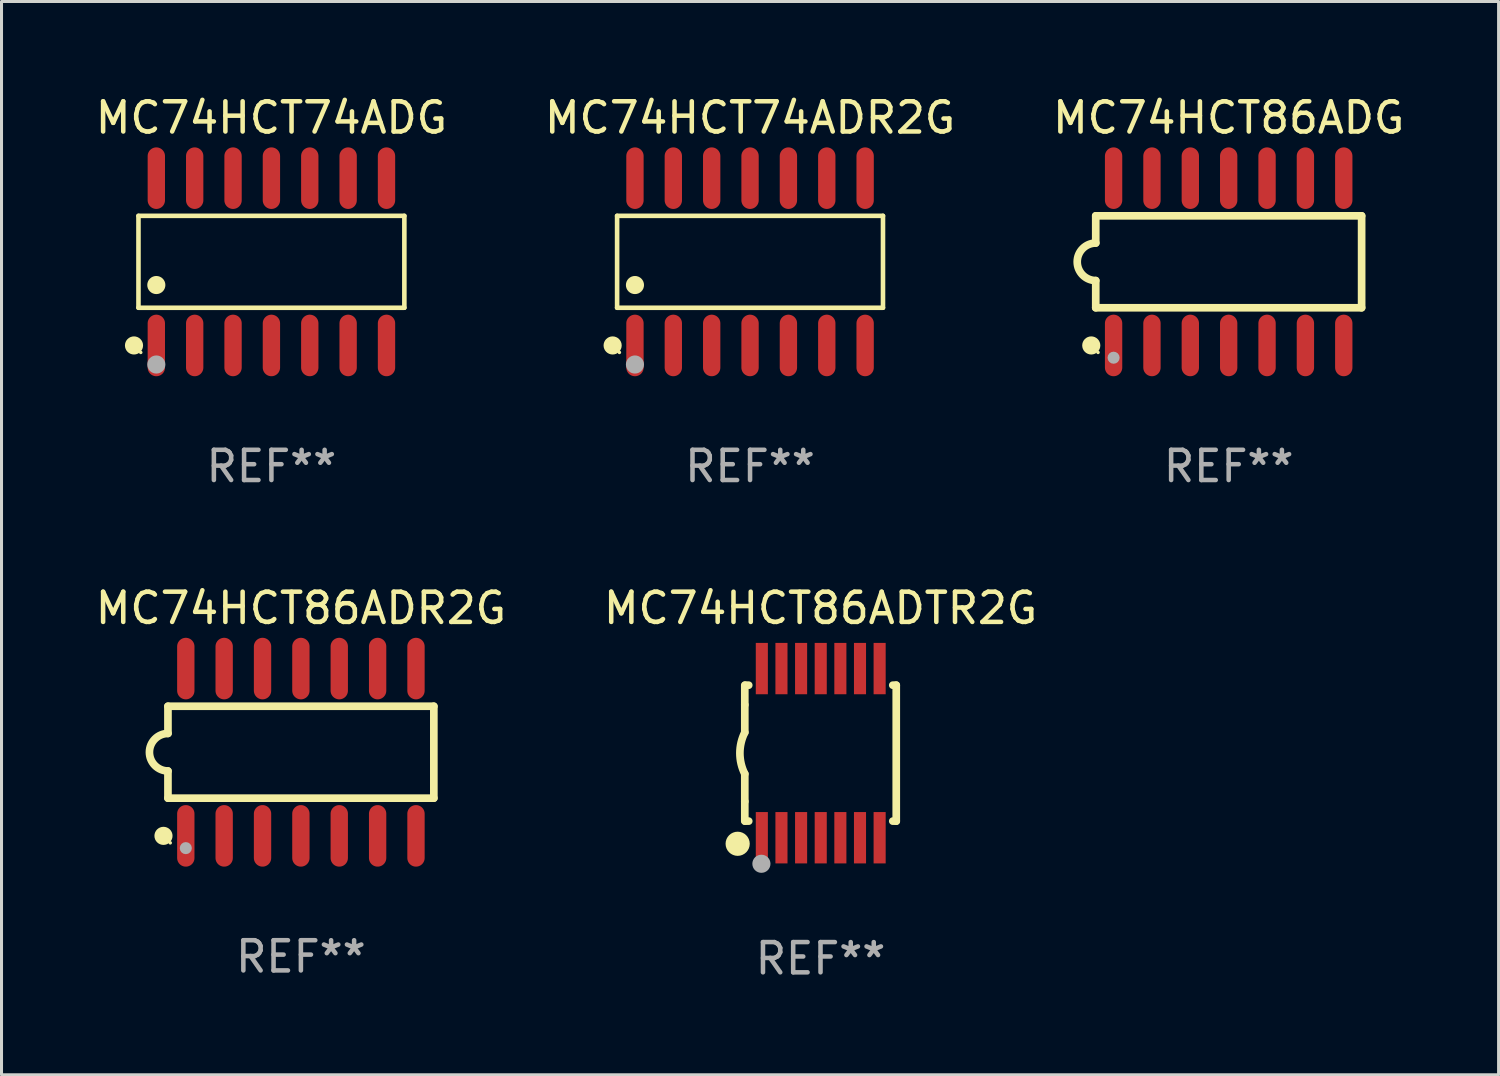
<source format=kicad_pcb>
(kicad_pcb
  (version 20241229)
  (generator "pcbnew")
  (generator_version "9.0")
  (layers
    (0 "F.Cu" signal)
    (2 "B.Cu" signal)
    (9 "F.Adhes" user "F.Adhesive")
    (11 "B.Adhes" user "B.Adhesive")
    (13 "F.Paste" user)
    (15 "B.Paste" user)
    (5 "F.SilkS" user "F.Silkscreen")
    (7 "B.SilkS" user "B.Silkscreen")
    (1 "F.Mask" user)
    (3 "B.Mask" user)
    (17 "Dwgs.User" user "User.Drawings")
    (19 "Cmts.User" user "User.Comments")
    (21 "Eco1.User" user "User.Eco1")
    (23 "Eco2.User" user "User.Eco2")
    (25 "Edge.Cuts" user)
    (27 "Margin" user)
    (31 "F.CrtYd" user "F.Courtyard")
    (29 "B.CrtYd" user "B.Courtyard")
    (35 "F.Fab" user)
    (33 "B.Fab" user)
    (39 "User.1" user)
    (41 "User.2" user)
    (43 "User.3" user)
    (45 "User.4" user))
  (footprint "MC74HCT86ADG"
    (layer "F.Cu")
    (at 37.625 5.617)
    (property "Reference" "MC74HCT86ADG" (at 0 -4.769 0) (layer "F.SilkS") (effects (font (size 1 1) (thickness 0.15))))
    (attr through_hole)
    (fp_line (start -4.401 -1.522) (end -4.401 -0.622) (stroke (width 0.254) (type solid)) (layer "F.SilkS"))
    (fp_line (start -4.401 -1.522) (end 4.401 -1.522) (stroke (width 0.254) (type solid)) (layer "F.SilkS"))
    (fp_line (start -4.401 1.521) (end -4.401 0.621) (stroke (width 0.254) (type solid)) (layer "F.SilkS"))
    (fp_line (start 4.401 -1.522) (end 4.401 1.521) (stroke (width 0.254) (type solid)) (layer "F.SilkS"))
    (fp_line (start 4.401 1.521) (end -4.401 1.521) (stroke (width 0.254) (type solid)) (layer "F.SilkS"))
    (fp_arc (start -4.401219 0.621311) (mid -5.021261 -0.000419) (end -4.400101 -0.621032) (stroke (width 0.254001) (type solid)) (layer "F.SilkS"))
    (fp_circle (center -4.549 2.769) (end -4.399 2.769) (stroke (width 0.3) (type solid)) (fill no) (layer "F.SilkS"))
    (fp_circle (center -4.325 3) (end -4.295 3) (stroke (width 0.06) (type solid)) (fill no) (layer "F.SilkS"))
    (fp_circle (center -3.81 3.175) (end -3.71 3.175) (stroke (width 0.2) (type solid)) (fill no) (layer "F.Fab"))
    (fp_text user "REF**" (at 0 6.769 0) (layer "F.Fab") (effects (font (size 1 1) (thickness 0.15))))
    (pad "1" smd oval (at -3.81 2.769) (size 0.574 2.038) (layers "F.Cu" "F.Mask" "F.Paste"))
    (pad "2" smd oval (at -2.54 2.769) (size 0.574 2.038) (layers "F.Cu" "F.Mask" "F.Paste"))
    (pad "3" smd oval (at -1.27 2.769) (size 0.574 2.038) (layers "F.Cu" "F.Mask" "F.Paste"))
    (pad "4" smd oval (at -0.000051 2.769) (size 0.574 2.038) (layers "F.Cu" "F.Mask" "F.Paste"))
    (pad "5" smd oval (at 1.27 2.769) (size 0.574 2.038) (layers "F.Cu" "F.Mask" "F.Paste"))
    (pad "6" smd oval (at 2.54 2.769) (size 0.574 2.038) (layers "F.Cu" "F.Mask" "F.Paste"))
    (pad "7" smd oval (at 3.81 2.769) (size 0.574 2.038) (layers "F.Cu" "F.Mask" "F.Paste"))
    (pad "8" smd oval (at 3.81 -2.769) (size 0.574 2.038) (layers "F.Cu" "F.Mask" "F.Paste"))
    (pad "9" smd oval (at 2.54 -2.769) (size 0.574 2.038) (layers "F.Cu" "F.Mask" "F.Paste"))
    (pad "10" smd oval (at 1.27 -2.769) (size 0.574 2.038) (layers "F.Cu" "F.Mask" "F.Paste"))
    (pad "11" smd oval (at -0.000051 -2.769) (size 0.574 2.038) (layers "F.Cu" "F.Mask" "F.Paste"))
    (pad "12" smd oval (at -1.27 -2.769) (size 0.574 2.038) (layers "F.Cu" "F.Mask" "F.Paste"))
    (pad "13" smd oval (at -2.54 -2.769) (size 0.574 2.038) (layers "F.Cu" "F.Mask" "F.Paste"))
    (pad "14" smd oval (at -3.81 -2.769) (size 0.574 2.038) (layers "F.Cu" "F.Mask" "F.Paste")))
  (footprint "MC74HCT86ADTR2G"
    (layer "F.Cu")
    (at 24.113 21.883)
    (property "Reference" "MC74HCT86ADTR2G" (at 0 -4.8 0) (layer "F.SilkS") (effects (font (size 1 1) (thickness 0.15))))
    (attr through_hole)
    (fp_line (start -2.507 -1.6) (end -2.507 -2.25) (stroke (width 0.254) (type solid)) (layer "F.SilkS"))
    (fp_line (start -2.507 -0.686) (end -2.507 -1.6) (stroke (width 0.254) (type solid)) (layer "F.SilkS"))
    (fp_line (start -2.507 1.6) (end -2.507 0.686) (stroke (width 0.254) (type solid)) (layer "F.SilkS"))
    (fp_line (start -2.507 1.6) (end -2.507 2.25) (stroke (width 0.254) (type solid)) (layer "F.SilkS"))
    (fp_line (start -2.493 -2.25) (end -2.377 -2.25) (stroke (width 0.254) (type solid)) (layer "F.SilkS"))
    (fp_line (start -2.377 2.25) (end -2.493 2.25) (stroke (width 0.254) (type solid)) (layer "F.SilkS"))
    (fp_line (start 2.392 -2.25) (end 2.507 -2.25) (stroke (width 0.254) (type solid)) (layer "F.SilkS"))
    (fp_line (start 2.507 -2.25) (end 2.507 2.25) (stroke (width 0.254) (type solid)) (layer "F.SilkS"))
    (fp_line (start 2.507 2.25) (end 2.392 2.25) (stroke (width 0.254) (type solid)) (layer "F.SilkS"))
    (fp_arc (start -2.507303 0.685802) (mid -2.669199 0) (end -2.507303 -0.685801) (stroke (width 0.254001) (type solid)) (layer "F.SilkS"))
    (fp_circle (center -2.743 3) (end -2.543 3) (stroke (width 0.4) (type solid)) (fill no) (layer "F.SilkS"))
    (fp_circle (center -2.493 3.2) (end -2.463 3.2) (stroke (width 0.06) (type solid)) (fill no) (layer "F.SilkS"))
    (fp_circle (center -1.957 3.662) (end -1.807 3.662) (stroke (width 0.3) (type solid)) (fill no) (layer "F.Fab"))
    (fp_text user "REF**" (at 0 6.8 0) (layer "F.Fab") (effects (font (size 1 1) (thickness 0.15))))
    (pad "1" smd rect (at -1.943 2.8) (size 0.4 1.7) (layers "F.Cu" "F.Mask" "F.Paste"))
    (pad "2" smd rect (at -1.293 2.8) (size 0.4 1.7) (layers "F.Cu" "F.Mask" "F.Paste"))
    (pad "3" smd rect (at -0.643 2.8) (size 0.4 1.7) (layers "F.Cu" "F.Mask" "F.Paste"))
    (pad "4" smd rect (at 0.007 2.8) (size 0.4 1.7) (layers "F.Cu" "F.Mask" "F.Paste"))
    (pad "5" smd rect (at 0.657 2.8) (size 0.4 1.7) (layers "F.Cu" "F.Mask" "F.Paste"))
    (pad "6" smd rect (at 1.307 2.8) (size 0.4 1.7) (layers "F.Cu" "F.Mask" "F.Paste"))
    (pad "7" smd rect (at 1.957 2.8) (size 0.4 1.7) (layers "F.Cu" "F.Mask" "F.Paste"))
    (pad "8" smd rect (at 1.957 -2.8) (size 0.4 1.7) (layers "F.Cu" "F.Mask" "F.Paste"))
    (pad "9" smd rect (at 1.307 -2.8) (size 0.4 1.7) (layers "F.Cu" "F.Mask" "F.Paste"))
    (pad "10" smd rect (at 0.657 -2.8) (size 0.4 1.7) (layers "F.Cu" "F.Mask" "F.Paste"))
    (pad "11" smd rect (at 0.007 -2.8) (size 0.4 1.7) (layers "F.Cu" "F.Mask" "F.Paste"))
    (pad "12" smd rect (at -0.643 -2.8) (size 0.4 1.7) (layers "F.Cu" "F.Mask" "F.Paste"))
    (pad "13" smd rect (at -1.293 -2.8) (size 0.4 1.7) (layers "F.Cu" "F.Mask" "F.Paste"))
    (pad "14" smd rect (at -1.943 -2.8) (size 0.4 1.7) (layers "F.Cu" "F.Mask" "F.Paste")))
  (footprint "MC74HCT74ADR2G"
    (layer "F.Cu")
    (at 21.78 5.617)
    (property "Reference" "MC74HCT74ADR2G" (at 0 -4.769 0) (layer "F.SilkS") (effects (font (size 1 1) (thickness 0.15))))
    (attr through_hole)
    (fp_line (start -4.401 -1.521) (end 4.401 -1.521) (stroke (width 0.152) (type solid)) (layer "F.SilkS"))
    (fp_line (start -4.401 1.521) (end -4.401 -1.521) (stroke (width 0.152) (type solid)) (layer "F.SilkS"))
    (fp_line (start 4.401 -1.521) (end 4.401 1.521) (stroke (width 0.152) (type solid)) (layer "F.SilkS"))
    (fp_line (start 4.401 1.521) (end -4.401 1.521) (stroke (width 0.152) (type solid)) (layer "F.SilkS"))
    (fp_circle (center -4.549 2.769) (end -4.399 2.769) (stroke (width 0.3) (type solid)) (fill no) (layer "F.SilkS"))
    (fp_circle (center -4.325 3) (end -4.295 3) (stroke (width 0.06) (type solid)) (fill no) (layer "F.SilkS"))
    (fp_circle (center -3.81 0.769) (end -3.66 0.769) (stroke (width 0.3) (type solid)) (fill no) (layer "F.SilkS"))
    (fp_circle (center -3.81 3.4) (end -3.66 3.4) (stroke (width 0.3) (type solid)) (fill no) (layer "F.Fab"))
    (fp_text user "REF**" (at 0 6.769 0) (layer "F.Fab") (effects (font (size 1 1) (thickness 0.15))))
    (pad "1" smd oval (at -3.81 2.769) (size 0.574 2.038) (layers "F.Cu" "F.Mask" "F.Paste"))
    (pad "2" smd oval (at -2.54 2.769) (size 0.574 2.038) (layers "F.Cu" "F.Mask" "F.Paste"))
    (pad "3" smd oval (at -1.27 2.769) (size 0.574 2.038) (layers "F.Cu" "F.Mask" "F.Paste"))
    (pad "4" smd oval (at 0 2.769) (size 0.574 2.038) (layers "F.Cu" "F.Mask" "F.Paste"))
    (pad "5" smd oval (at 1.27 2.769) (size 0.574 2.038) (layers "F.Cu" "F.Mask" "F.Paste"))
    (pad "6" smd oval (at 2.54 2.769) (size 0.574 2.038) (layers "F.Cu" "F.Mask" "F.Paste"))
    (pad "7" smd oval (at 3.81 2.769) (size 0.574 2.038) (layers "F.Cu" "F.Mask" "F.Paste"))
    (pad "8" smd oval (at 3.81 -2.769) (size 0.574 2.038) (layers "F.Cu" "F.Mask" "F.Paste"))
    (pad "9" smd oval (at 2.54 -2.769) (size 0.574 2.038) (layers "F.Cu" "F.Mask" "F.Paste"))
    (pad "10" smd oval (at 1.27 -2.769) (size 0.574 2.038) (layers "F.Cu" "F.Mask" "F.Paste"))
    (pad "11" smd oval (at 0 -2.769) (size 0.574 2.038) (layers "F.Cu" "F.Mask" "F.Paste"))
    (pad "12" smd oval (at -1.27 -2.769) (size 0.574 2.038) (layers "F.Cu" "F.Mask" "F.Paste"))
    (pad "13" smd oval (at -2.54 -2.769) (size 0.574 2.038) (layers "F.Cu" "F.Mask" "F.Paste"))
    (pad "14" smd oval (at -3.81 -2.769) (size 0.574 2.038) (layers "F.Cu" "F.Mask" "F.Paste")))
  (footprint "MC74HCT86ADR2G"
    (layer "F.Cu")
    (at 6.911 21.852)
    (property "Reference" "MC74HCT86ADR2G" (at 0 -4.769 0) (layer "F.SilkS") (effects (font (size 1 1) (thickness 0.15))))
    (attr through_hole)
    (fp_line (start -4.401 -1.522) (end -4.401 -0.622) (stroke (width 0.254) (type solid)) (layer "F.SilkS"))
    (fp_line (start -4.401 -1.522) (end 4.401 -1.522) (stroke (width 0.254) (type solid)) (layer "F.SilkS"))
    (fp_line (start -4.401 1.521) (end -4.401 0.621) (stroke (width 0.254) (type solid)) (layer "F.SilkS"))
    (fp_line (start 4.401 -1.522) (end 4.401 1.521) (stroke (width 0.254) (type solid)) (layer "F.SilkS"))
    (fp_line (start 4.401 1.521) (end -4.401 1.521) (stroke (width 0.254) (type solid)) (layer "F.SilkS"))
    (fp_arc (start -4.401219 0.621311) (mid -5.021261 -0.000419) (end -4.400101 -0.621032) (stroke (width 0.254001) (type solid)) (layer "F.SilkS"))
    (fp_circle (center -4.549 2.769) (end -4.399 2.769) (stroke (width 0.3) (type solid)) (fill no) (layer "F.SilkS"))
    (fp_circle (center -4.325 3) (end -4.295 3) (stroke (width 0.06) (type solid)) (fill no) (layer "F.SilkS"))
    (fp_circle (center -3.81 3.175) (end -3.71 3.175) (stroke (width 0.2) (type solid)) (fill no) (layer "F.Fab"))
    (fp_text user "REF**" (at 0 6.769 0) (layer "F.Fab") (effects (font (size 1 1) (thickness 0.15))))
    (pad "1" smd oval (at -3.81 2.769) (size 0.574 2.038) (layers "F.Cu" "F.Mask" "F.Paste"))
    (pad "2" smd oval (at -2.54 2.769) (size 0.574 2.038) (layers "F.Cu" "F.Mask" "F.Paste"))
    (pad "3" smd oval (at -1.27 2.769) (size 0.574 2.038) (layers "F.Cu" "F.Mask" "F.Paste"))
    (pad "4" smd oval (at -0.000051 2.769) (size 0.574 2.038) (layers "F.Cu" "F.Mask" "F.Paste"))
    (pad "5" smd oval (at 1.27 2.769) (size 0.574 2.038) (layers "F.Cu" "F.Mask" "F.Paste"))
    (pad "6" smd oval (at 2.54 2.769) (size 0.574 2.038) (layers "F.Cu" "F.Mask" "F.Paste"))
    (pad "7" smd oval (at 3.81 2.769) (size 0.574 2.038) (layers "F.Cu" "F.Mask" "F.Paste"))
    (pad "8" smd oval (at 3.81 -2.769) (size 0.574 2.038) (layers "F.Cu" "F.Mask" "F.Paste"))
    (pad "9" smd oval (at 2.54 -2.769) (size 0.574 2.038) (layers "F.Cu" "F.Mask" "F.Paste"))
    (pad "10" smd oval (at 1.27 -2.769) (size 0.574 2.038) (layers "F.Cu" "F.Mask" "F.Paste"))
    (pad "11" smd oval (at -0.000051 -2.769) (size 0.574 2.038) (layers "F.Cu" "F.Mask" "F.Paste"))
    (pad "12" smd oval (at -1.27 -2.769) (size 0.574 2.038) (layers "F.Cu" "F.Mask" "F.Paste"))
    (pad "13" smd oval (at -2.54 -2.769) (size 0.574 2.038) (layers "F.Cu" "F.Mask" "F.Paste"))
    (pad "14" smd oval (at -3.81 -2.769) (size 0.574 2.038) (layers "F.Cu" "F.Mask" "F.Paste")))
  (footprint "MC74HCT74ADG"
    (layer "F.Cu")
    (at 5.935 5.617)
    (property "Reference" "MC74HCT74ADG" (at 0 -4.769 0) (layer "F.SilkS") (effects (font (size 1 1) (thickness 0.15))))
    (attr through_hole)
    (fp_line (start -4.401 -1.521) (end 4.401 -1.521) (stroke (width 0.152) (type solid)) (layer "F.SilkS"))
    (fp_line (start -4.401 1.521) (end -4.401 -1.521) (stroke (width 0.152) (type solid)) (layer "F.SilkS"))
    (fp_line (start 4.401 -1.521) (end 4.401 1.521) (stroke (width 0.152) (type solid)) (layer "F.SilkS"))
    (fp_line (start 4.401 1.521) (end -4.401 1.521) (stroke (width 0.152) (type solid)) (layer "F.SilkS"))
    (fp_circle (center -4.549 2.769) (end -4.399 2.769) (stroke (width 0.3) (type solid)) (fill no) (layer "F.SilkS"))
    (fp_circle (center -4.325 3) (end -4.295 3) (stroke (width 0.06) (type solid)) (fill no) (layer "F.SilkS"))
    (fp_circle (center -3.81 0.769) (end -3.66 0.769) (stroke (width 0.3) (type solid)) (fill no) (layer "F.SilkS"))
    (fp_circle (center -3.81 3.4) (end -3.66 3.4) (stroke (width 0.3) (type solid)) (fill no) (layer "F.Fab"))
    (fp_text user "REF**" (at 0 6.769 0) (layer "F.Fab") (effects (font (size 1 1) (thickness 0.15))))
    (pad "1" smd oval (at -3.81 2.769) (size 0.574 2.038) (layers "F.Cu" "F.Mask" "F.Paste"))
    (pad "2" smd oval (at -2.54 2.769) (size 0.574 2.038) (layers "F.Cu" "F.Mask" "F.Paste"))
    (pad "3" smd oval (at -1.27 2.769) (size 0.574 2.038) (layers "F.Cu" "F.Mask" "F.Paste"))
    (pad "4" smd oval (at 0 2.769) (size 0.574 2.038) (layers "F.Cu" "F.Mask" "F.Paste"))
    (pad "5" smd oval (at 1.27 2.769) (size 0.574 2.038) (layers "F.Cu" "F.Mask" "F.Paste"))
    (pad "6" smd oval (at 2.54 2.769) (size 0.574 2.038) (layers "F.Cu" "F.Mask" "F.Paste"))
    (pad "7" smd oval (at 3.81 2.769) (size 0.574 2.038) (layers "F.Cu" "F.Mask" "F.Paste"))
    (pad "8" smd oval (at 3.81 -2.769) (size 0.574 2.038) (layers "F.Cu" "F.Mask" "F.Paste"))
    (pad "9" smd oval (at 2.54 -2.769) (size 0.574 2.038) (layers "F.Cu" "F.Mask" "F.Paste"))
    (pad "10" smd oval (at 1.27 -2.769) (size 0.574 2.038) (layers "F.Cu" "F.Mask" "F.Paste"))
    (pad "11" smd oval (at 0 -2.769) (size 0.574 2.038) (layers "F.Cu" "F.Mask" "F.Paste"))
    (pad "12" smd oval (at -1.27 -2.769) (size 0.574 2.038) (layers "F.Cu" "F.Mask" "F.Paste"))
    (pad "13" smd oval (at -2.54 -2.769) (size 0.574 2.038) (layers "F.Cu" "F.Mask" "F.Paste"))
    (pad "14" smd oval (at -3.81 -2.769) (size 0.574 2.038) (layers "F.Cu" "F.Mask" "F.Paste")))
  (gr_rect
    (start -3 -3)
    (end 46.56 32.531)
    (stroke (width 0.1) (type default))
    (fill no)
    (layer "Edge.Cuts")))
</source>
